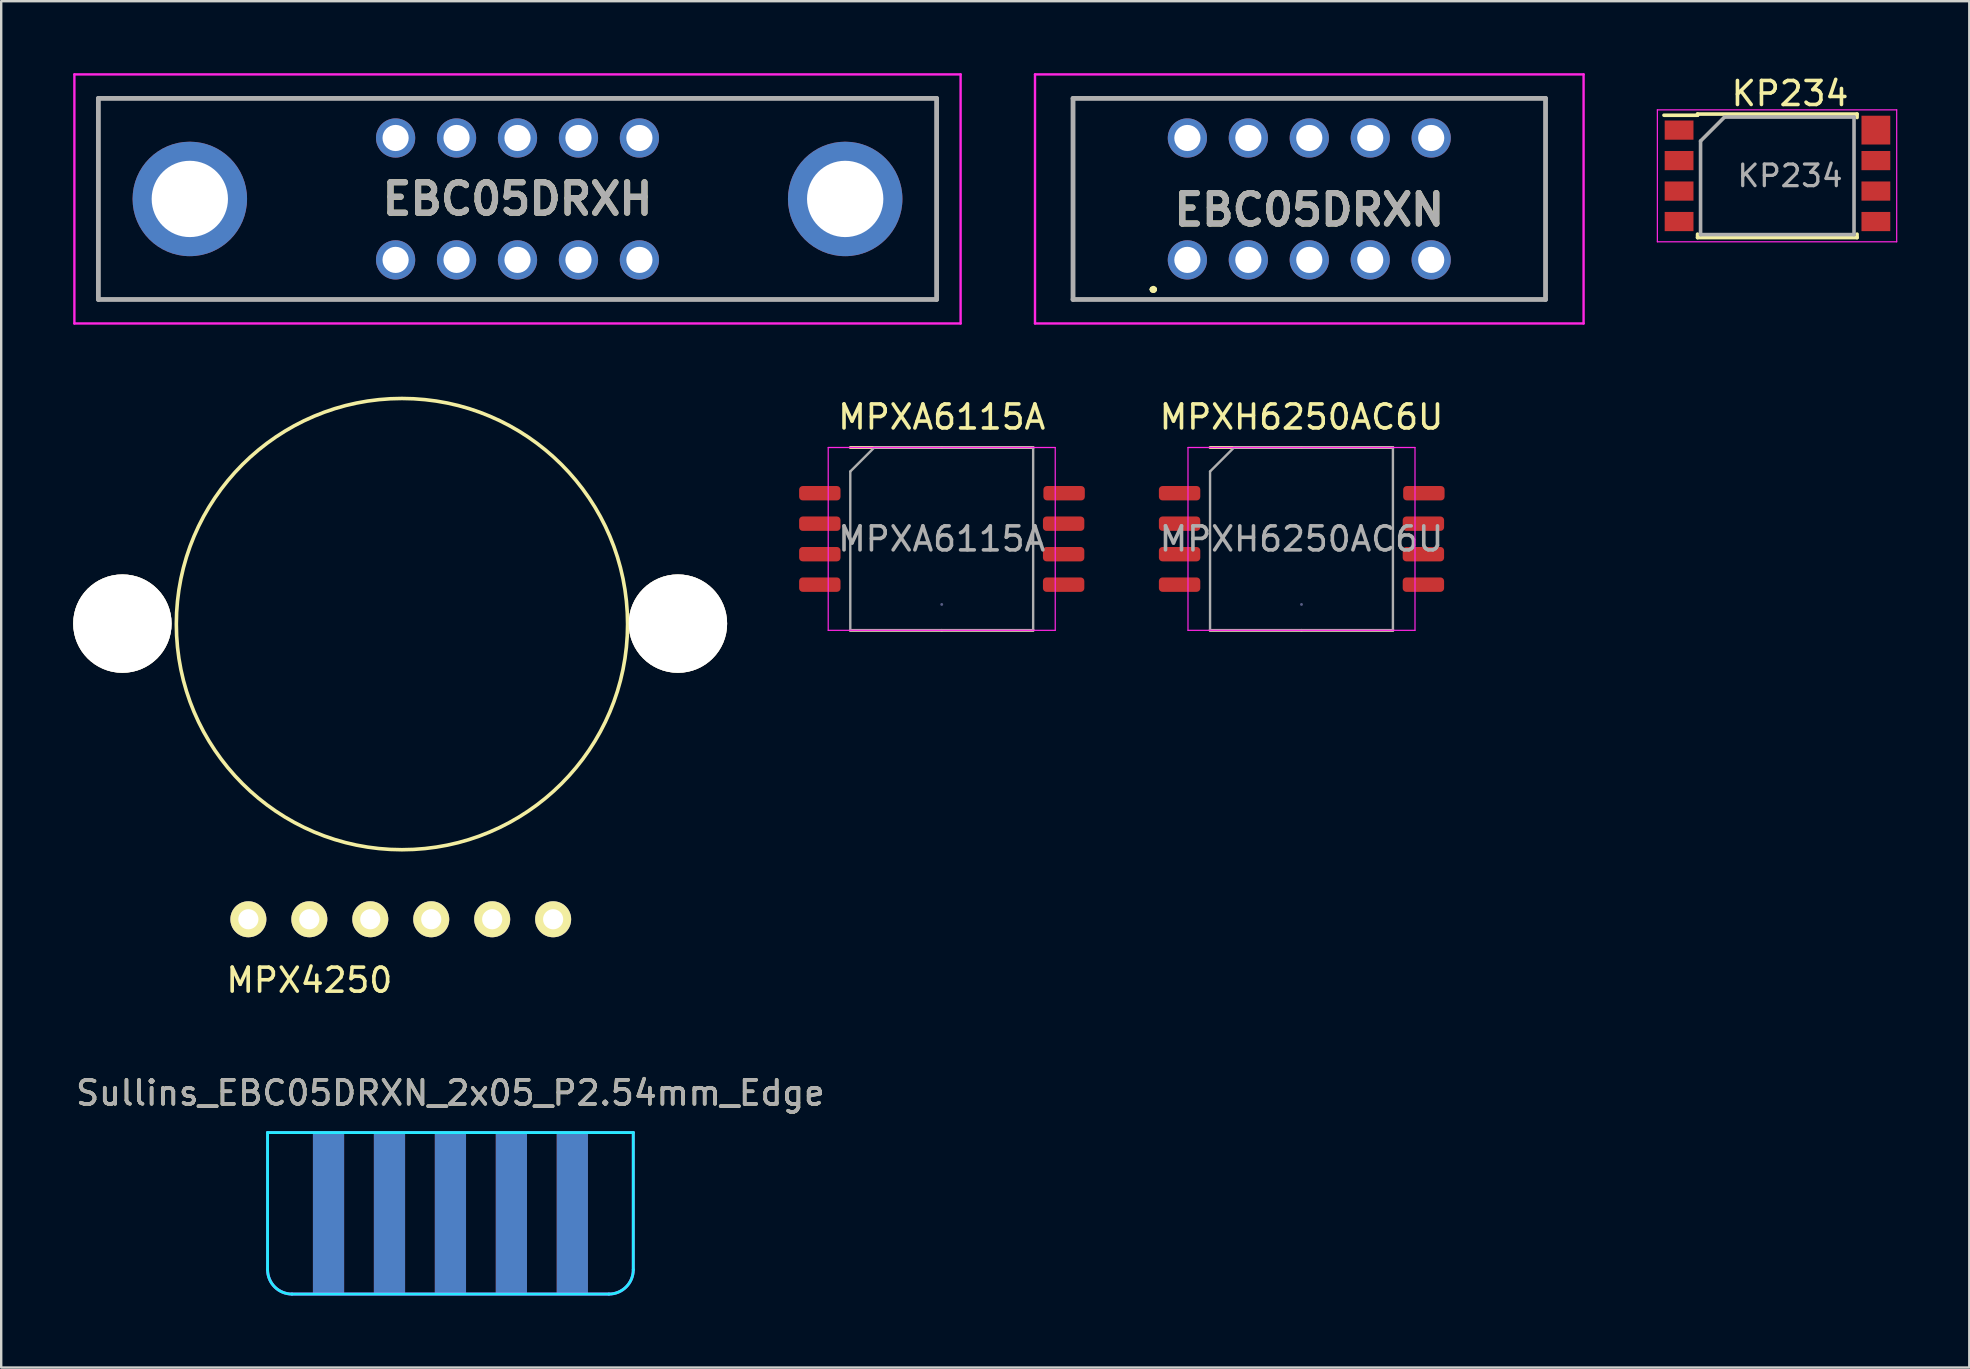
<source format=kicad_pcb>
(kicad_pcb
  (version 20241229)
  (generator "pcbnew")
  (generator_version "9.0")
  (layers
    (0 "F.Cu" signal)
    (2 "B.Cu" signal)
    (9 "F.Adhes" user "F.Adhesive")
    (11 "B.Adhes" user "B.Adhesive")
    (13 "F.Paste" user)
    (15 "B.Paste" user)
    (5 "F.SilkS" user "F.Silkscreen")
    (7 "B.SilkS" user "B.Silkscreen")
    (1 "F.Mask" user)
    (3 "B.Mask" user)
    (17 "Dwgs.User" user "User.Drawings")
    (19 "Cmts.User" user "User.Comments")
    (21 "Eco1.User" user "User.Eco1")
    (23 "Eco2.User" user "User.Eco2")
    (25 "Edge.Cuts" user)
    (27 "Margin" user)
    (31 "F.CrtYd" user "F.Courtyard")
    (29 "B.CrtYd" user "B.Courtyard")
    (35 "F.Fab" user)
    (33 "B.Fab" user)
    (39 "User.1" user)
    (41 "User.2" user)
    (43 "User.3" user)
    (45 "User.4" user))
  (footprint "Sullins_EBC05DRXN_2x05_P2.54mm_Edge"
    (layer "F.Cu")
    (at 10.64 45.034)
    (property "Reference" "Sullins_EBC05DRXN_2x05_P2.54mm_Edge" (at 5.08 -2.54 0) (layer "F.SilkS") (effects (font (size 1 1) (thickness 0.15))))
    (attr exclude_from_pos_files exclude_from_bom)
    (fp_line (start -2.54 -0.888) (end 12.7 -0.889) (stroke (width 0.12) (type solid)) (layer "B.CrtYd"))
    (fp_line (start -2.54 4.826) (end -2.54 -0.888) (stroke (width 0.12) (type solid)) (layer "B.CrtYd"))
    (fp_line (start -1.524 5.842) (end 11.684 5.842) (stroke (width 0.12) (type solid)) (layer "B.CrtYd"))
    (fp_line (start 12.7 4.826) (end 12.7 -0.889) (stroke (width 0.12) (type solid)) (layer "B.CrtYd"))
    (fp_arc (start -1.524 5.842) (mid -2.24242 5.54442) (end -2.54 4.826) (stroke (width 0.12) (type solid)) (layer "B.CrtYd"))
    (fp_arc (start 12.7 4.826) (mid 12.40242 5.54442) (end 11.684 5.842) (stroke (width 0.12) (type solid)) (layer "B.CrtYd"))
    (fp_line (start -2.54 -0.888) (end 12.7 -0.889) (stroke (width 0.12) (type solid)) (layer "F.CrtYd"))
    (fp_line (start -2.54 4.826) (end -2.54 -0.888) (stroke (width 0.12) (type solid)) (layer "F.CrtYd"))
    (fp_line (start -1.524 5.842) (end 11.684 5.842) (stroke (width 0.12) (type solid)) (layer "F.CrtYd"))
    (fp_line (start 12.7 4.826) (end 12.7 -0.889) (stroke (width 0.12) (type solid)) (layer "F.CrtYd"))
    (fp_arc (start -1.524 5.842) (mid -2.24242 5.54442) (end -2.54 4.826) (stroke (width 0.12) (type solid)) (layer "F.CrtYd"))
    (fp_arc (start 12.7 4.826) (mid 12.40242 5.54442) (end 11.684 5.842) (stroke (width 0.12) (type solid)) (layer "F.CrtYd"))
    (fp_text user "${REFERENCE}" (at 5.08 -2.54 0) (layer "F.Fab") (effects (font (size 1 1) (thickness 0.15))))
    (pad "A1" connect rect (at 0 2.5) (size 1.3 6.73) (layers "F.Cu"))
    (pad "A2" connect rect (at 2.54 2.5) (size 1.3 6.73) (layers "F.Cu"))
    (pad "A3" connect rect (at 5.08 2.5) (size 1.3 6.73) (layers "F.Cu"))
    (pad "A4" connect rect (at 7.62 2.5) (size 1.3 6.73) (layers "F.Cu"))
    (pad "A5" connect rect (at 10.16 2.5) (size 1.3 6.73) (layers "F.Cu"))
    (pad "B1" connect rect (at 0 2.5) (size 1.3 6.73) (layers "B.Cu"))
    (pad "B2" connect rect (at 2.54 2.5) (size 1.3 6.73) (layers "B.Cu"))
    (pad "B3" connect rect (at 5.08 2.5) (size 1.3 6.73) (layers "B.Cu"))
    (pad "B4" connect rect (at 7.62 2.5) (size 1.3 6.73) (layers "B.Cu"))
    (pad "B5" connect rect (at 10.16 2.5) (size 1.3 6.73) (layers "B.Cu")))
  (footprint "MPX4250"
    (layer "F.Cu")
    (at 7.3 35.257)
    (property "Reference" "MPX4250" (at 2.54 2.54 0) (layer "F.SilkS") (effects (font (size 1 1) (thickness 0.15))))
    (attr through_hole)
    (fp_circle (center 6.4 -12.3) (end 10.2 -3.7) (stroke (width 0.15) (type solid)) (fill no) (layer "F.SilkS"))
    (pad "1" thru_hole circle (at 0 0) (size 1.5 1.5) (drill 0.84) (layers "*.Cu" "*.Mask" "F.SilkS"))
    (pad "2" thru_hole circle (at 2.54 0) (size 1.5 1.5) (drill 0.84) (layers "*.Cu" "*.Mask" "F.SilkS"))
    (pad "3" thru_hole circle (at 5.08 0) (size 1.5 1.5) (drill 0.84) (layers "*.Cu" "*.Mask" "F.SilkS"))
    (pad "4" thru_hole circle (at 7.62 0) (size 1.5 1.5) (drill 0.84) (layers "*.Cu" "*.Mask" "F.SilkS"))
    (pad "5" thru_hole circle (at 10.16 0) (size 1.5 1.5) (drill 0.84) (layers "*.Cu" "*.Mask" "F.SilkS"))
    (pad "6" thru_hole circle (at 12.7 0) (size 1.5 1.5) (drill 0.84) (layers "*.Cu" "*.Mask" "F.SilkS"))
    (pad "~" thru_hole circle (at -5.25 -12.32) (size 4.1 4.1) (drill 4.1) (layers "*.Cu" "*.Mask" "F.SilkS"))
    (pad "~" thru_hole circle (at 17.9 -12.32) (size 4.1 4.1) (drill 4.1) (layers "*.Cu" "*.Mask" "F.SilkS")))
  (footprint "MPXH6250AC6U"
    (layer "F.Cu")
    (at 51.185 19.408)
    (property "Reference" "MPXH6250AC6U" (at 0 -5.08 0) (layer "F.SilkS") (effects (font (size 1 1) (thickness 0.15))))
    (attr smd)
    (fp_line (start 0 -3.81) (end -3.81 -3.81) (stroke (width 0.12) (type solid)) (layer "F.SilkS"))
    (fp_line (start 0 -3.81) (end 3.81 -3.81) (stroke (width 0.12) (type solid)) (layer "F.SilkS"))
    (fp_line (start 0 3.81) (end -3.81 3.81) (stroke (width 0.12) (type solid)) (layer "F.SilkS"))
    (fp_line (start 0 3.81) (end 3.81 3.81) (stroke (width 0.12) (type solid)) (layer "F.SilkS"))
    (fp_line (start -4.73 -3.81) (end -4.73 3.81) (stroke (width 0.05) (type solid)) (layer "F.CrtYd"))
    (fp_line (start -4.73 3.81) (end 4.73 3.81) (stroke (width 0.05) (type solid)) (layer "F.CrtYd"))
    (fp_line (start 4.73 -3.81) (end -4.73 -3.81) (stroke (width 0.05) (type solid)) (layer "F.CrtYd"))
    (fp_line (start 4.73 3.81) (end 4.73 -3.81) (stroke (width 0.05) (type solid)) (layer "F.CrtYd"))
    (fp_line (start 0 2.73) (end 0 2.73) (stroke (width 0.12) (type solid)) (layer "B.Fab"))
    (fp_line (start -3.81 -2.81) (end -2.81 -3.81) (stroke (width 0.1) (type solid)) (layer "F.Fab"))
    (fp_line (start -3.81 3.81) (end -3.81 -2.81) (stroke (width 0.1) (type solid)) (layer "F.Fab"))
    (fp_line (start -2.81 -3.81) (end 3.81 -3.81) (stroke (width 0.1) (type solid)) (layer "F.Fab"))
    (fp_line (start 3.81 -3.81) (end 3.81 3.81) (stroke (width 0.1) (type solid)) (layer "F.Fab"))
    (fp_line (start 3.81 3.81) (end -3.81 3.81) (stroke (width 0.1) (type solid)) (layer "F.Fab"))
    (fp_text user "${REFERENCE}" (at 0 0 0) (layer "F.Fab") (effects (font (size 1 1) (thickness 0.15))))
    (pad "1" smd roundrect (at -5.08 -1.905) (size 1.725 0.6) (layers "F.Cu" "F.Mask" "F.Paste") (roundrect_rratio 0.25))
    (pad "2" smd roundrect (at -5.08 -0.635) (size 1.725 0.6) (layers "F.Cu" "F.Mask" "F.Paste") (roundrect_rratio 0.25))
    (pad "3" smd roundrect (at -5.08 0.635) (size 1.725 0.6) (layers "F.Cu" "F.Mask" "F.Paste") (roundrect_rratio 0.25))
    (pad "4" smd roundrect (at -5.08 1.905) (size 1.725 0.6) (layers "F.Cu" "F.Mask" "F.Paste") (roundrect_rratio 0.25))
    (pad "5" smd roundrect (at 5.08 1.905) (size 1.725 0.6) (layers "F.Cu" "F.Mask" "F.Paste") (roundrect_rratio 0.25))
    (pad "6" smd roundrect (at 5.08 0.635) (size 1.725 0.6) (layers "F.Cu" "F.Mask" "F.Paste") (roundrect_rratio 0.25))
    (pad "7" smd roundrect (at 5.08 -0.635) (size 1.725 0.6) (layers "F.Cu" "F.Mask" "F.Paste") (roundrect_rratio 0.25))
    (pad "8" smd roundrect (at 5.1 -1.905) (size 1.725 0.6) (layers "F.Cu" "F.Mask" "F.Paste") (roundrect_rratio 0.25)))
  (footprint "KP234"
    (layer "F.Cu")
    (at 69.765 4.277)
    (property "Reference" "KP234" (at 1.778 -3.429 0) (layer "F.SilkS") (effects (font (size 1 1) (thickness 0.15))))
    (attr smd)
    (fp_line (start -2.075 -2.575) (end -2.075 -2.525) (stroke (width 0.15) (type solid)) (layer "F.SilkS"))
    (fp_line (start -2.075 -2.575) (end 4.572 -2.575) (stroke (width 0.15) (type solid)) (layer "F.SilkS"))
    (fp_line (start -2.075 -2.525) (end -3.475 -2.525) (stroke (width 0.15) (type solid)) (layer "F.SilkS"))
    (fp_line (start -2.075 2.575) (end -2.075 2.43) (stroke (width 0.15) (type solid)) (layer "F.SilkS"))
    (fp_line (start -2.075 2.575) (end 4.572 2.575) (stroke (width 0.15) (type solid)) (layer "F.SilkS"))
    (fp_line (start 4.572 -2.575) (end 4.572 -2.43) (stroke (width 0.15) (type solid)) (layer "F.SilkS"))
    (fp_line (start 4.572 2.575) (end 4.572 2.43) (stroke (width 0.15) (type solid)) (layer "F.SilkS"))
    (fp_line (start -3.75 -2.75) (end -3.75 2.75) (stroke (width 0.05) (type solid)) (layer "F.CrtYd"))
    (fp_line (start -3.75 -2.75) (end 6.223 -2.75) (stroke (width 0.05) (type solid)) (layer "F.CrtYd"))
    (fp_line (start -3.75 2.75) (end 6.223 2.75) (stroke (width 0.05) (type solid)) (layer "F.CrtYd"))
    (fp_line (start 6.223 -2.75) (end 6.223 2.75) (stroke (width 0.05) (type solid)) (layer "F.CrtYd"))
    (fp_line (start -1.95 -1.45) (end -0.95 -2.45) (stroke (width 0.15) (type solid)) (layer "F.Fab"))
    (fp_line (start -1.95 2.45) (end -1.95 -1.45) (stroke (width 0.15) (type solid)) (layer "F.Fab"))
    (fp_line (start -0.95 -2.45) (end 4.445 -2.45) (stroke (width 0.15) (type solid)) (layer "F.Fab"))
    (fp_line (start 4.445 -2.45) (end 4.445 2.45) (stroke (width 0.15) (type solid)) (layer "F.Fab"))
    (fp_line (start 4.445 2.45) (end -1.95 2.45) (stroke (width 0.15) (type solid)) (layer "F.Fab"))
    (fp_text user "${REFERENCE}" (at 1.778 0 0) (layer "F.Fab") (effects (font (size 0.9 0.9) (thickness 0.135))))
    (pad "1" smd rect (at -2.845 -1.905) (size 1.2 0.8) (layers "F.Cu" "F.Mask" "F.Paste"))
    (pad "2" smd rect (at -2.845 -0.635) (size 1.2 0.8) (layers "F.Cu" "F.Mask" "F.Paste"))
    (pad "3" smd rect (at -2.845 0.635) (size 1.2 0.8) (layers "F.Cu" "F.Mask" "F.Paste"))
    (pad "4" smd rect (at -2.845 1.905) (size 1.2 0.8) (layers "F.Cu" "F.Mask" "F.Paste"))
    (pad "5" smd rect (at 5.355 1.905) (size 1.2 0.8) (layers "F.Cu" "F.Mask" "F.Paste"))
    (pad "6" smd rect (at 5.355 0.635) (size 1.2 0.8) (layers "F.Cu" "F.Mask" "F.Paste"))
    (pad "7" smd rect (at 5.355 -0.635) (size 1.2 0.8) (layers "F.Cu" "F.Mask" "F.Paste"))
    (pad "8" smd rect (at 5.355 -1.905) (size 1.2 1.2) (layers "F.Cu" "F.Mask" "F.Paste")))
  (footprint "EBC05DRXN"
    (layer "F.Cu")
    (at 46.43 7.78)
    (property "Reference" "EBC05DRXN" (at 5.08 -2.09 0) (layer "F.SilkS") (effects (font (size 1.27 1.27) (thickness 0.254))))
    (attr through_hole)
    (fp_line (start -4.765 -6.73) (end 14.925 -6.73) (stroke (width 0.1) (type solid)) (layer "F.SilkS"))
    (fp_line (start -4.765 1.65) (end -4.765 -6.73) (stroke (width 0.1) (type solid)) (layer "F.SilkS"))
    (fp_line (start -4.765 1.65) (end 14.925 1.65) (stroke (width 0.1) (type solid)) (layer "F.SilkS"))
    (fp_line (start -1.47 1.23) (end -1.47 1.23) (stroke (width 0.2) (type solid)) (layer "F.SilkS"))
    (fp_line (start -1.47 1.23) (end -1.47 1.23) (stroke (width 0.2) (type solid)) (layer "F.SilkS"))
    (fp_line (start -1.37 1.23) (end -1.37 1.23) (stroke (width 0.2) (type solid)) (layer "F.SilkS"))
    (fp_line (start 14.925 -6.73) (end 14.925 1.65) (stroke (width 0.1) (type solid)) (layer "F.SilkS"))
    (fp_arc (start -1.47 1.23) (mid -1.42 1.18) (end -1.37 1.23) (stroke (width 0.2) (type solid)) (layer "F.SilkS"))
    (fp_arc (start -1.37 1.23) (mid -1.42 1.28) (end -1.47 1.23) (stroke (width 0.2) (type solid)) (layer "F.SilkS"))
    (fp_arc (start -1.37 1.23) (mid -1.42 1.28) (end -1.47 1.23) (stroke (width 0.2) (type solid)) (layer "F.SilkS"))
    (fp_line (start -6.35 -7.73) (end 16.51 -7.73) (stroke (width 0.1) (type solid)) (layer "F.CrtYd"))
    (fp_line (start -6.35 2.65) (end -6.35 -7.73) (stroke (width 0.1) (type solid)) (layer "F.CrtYd"))
    (fp_line (start 16.51 -7.73) (end 16.51 2.65) (stroke (width 0.1) (type solid)) (layer "F.CrtYd"))
    (fp_line (start 16.51 2.65) (end -6.35 2.65) (stroke (width 0.1) (type solid)) (layer "F.CrtYd"))
    (fp_line (start -4.765 -6.73) (end -4.765 1.65) (stroke (width 0.2) (type solid)) (layer "F.Fab"))
    (fp_line (start -4.765 -6.73) (end 14.925 -6.73) (stroke (width 0.2) (type solid)) (layer "F.Fab"))
    (fp_line (start -4.765 1.65) (end 14.925 1.65) (stroke (width 0.2) (type solid)) (layer "F.Fab"))
    (fp_line (start 14.925 1.65) (end 14.925 -6.73) (stroke (width 0.2) (type solid)) (layer "F.Fab"))
    (fp_text user "${REFERENCE}" (at 5.08 -2.09 0) (layer "F.Fab") (effects (font (size 1.27 1.27) (thickness 0.254))))
    (pad "A1" thru_hole circle (at 0 0) (size 1.635 1.635) (drill 1.09) (layers "*.Cu" "*.Mask"))
    (pad "A2" thru_hole circle (at 2.54 0) (size 1.635 1.635) (drill 1.09) (layers "*.Cu" "*.Mask"))
    (pad "A3" thru_hole circle (at 5.08 0) (size 1.635 1.635) (drill 1.09) (layers "*.Cu" "*.Mask"))
    (pad "A4" thru_hole circle (at 7.62 0) (size 1.635 1.635) (drill 1.09) (layers "*.Cu" "*.Mask"))
    (pad "A5" thru_hole circle (at 10.16 0) (size 1.635 1.635) (drill 1.09) (layers "*.Cu" "*.Mask"))
    (pad "B1" thru_hole circle (at 0 -5.08) (size 1.635 1.635) (drill 1.09) (layers "*.Cu" "*.Mask"))
    (pad "B2" thru_hole circle (at 2.54 -5.08) (size 1.635 1.635) (drill 1.09) (layers "*.Cu" "*.Mask"))
    (pad "B3" thru_hole circle (at 5.08 -5.08) (size 1.635 1.635) (drill 1.09) (layers "*.Cu" "*.Mask"))
    (pad "B4" thru_hole circle (at 7.62 -5.08) (size 1.635 1.635) (drill 1.09) (layers "*.Cu" "*.Mask"))
    (pad "B5" thru_hole circle (at 10.16 -5.08) (size 1.635 1.635) (drill 1.09) (layers "*.Cu" "*.Mask")))
  (footprint "MPXA6115A"
    (layer "F.Cu")
    (at 36.193 19.408)
    (property "Reference" "MPXA6115A" (at 0 -5.08 0) (layer "F.SilkS") (effects (font (size 1 1) (thickness 0.15))))
    (attr smd)
    (fp_line (start 0 -3.81) (end -3.81 -3.81) (stroke (width 0.12) (type solid)) (layer "F.SilkS"))
    (fp_line (start 0 -3.81) (end 3.81 -3.81) (stroke (width 0.12) (type solid)) (layer "F.SilkS"))
    (fp_line (start 0 3.81) (end -3.81 3.81) (stroke (width 0.12) (type solid)) (layer "F.SilkS"))
    (fp_line (start 0 3.81) (end 3.81 3.81) (stroke (width 0.12) (type solid)) (layer "F.SilkS"))
    (fp_line (start -4.73 -3.81) (end -4.73 3.81) (stroke (width 0.05) (type solid)) (layer "F.CrtYd"))
    (fp_line (start -4.73 3.81) (end 4.73 3.81) (stroke (width 0.05) (type solid)) (layer "F.CrtYd"))
    (fp_line (start 4.73 -3.81) (end -4.73 -3.81) (stroke (width 0.05) (type solid)) (layer "F.CrtYd"))
    (fp_line (start 4.73 3.81) (end 4.73 -3.81) (stroke (width 0.05) (type solid)) (layer "F.CrtYd"))
    (fp_line (start 0 2.73) (end 0 2.73) (stroke (width 0.12) (type solid)) (layer "B.Fab"))
    (fp_line (start -3.81 -2.81) (end -2.81 -3.81) (stroke (width 0.1) (type solid)) (layer "F.Fab"))
    (fp_line (start -3.81 3.81) (end -3.81 -2.81) (stroke (width 0.1) (type solid)) (layer "F.Fab"))
    (fp_line (start -2.81 -3.81) (end 3.81 -3.81) (stroke (width 0.1) (type solid)) (layer "F.Fab"))
    (fp_line (start 3.81 -3.81) (end 3.81 3.81) (stroke (width 0.1) (type solid)) (layer "F.Fab"))
    (fp_line (start 3.81 3.81) (end -3.81 3.81) (stroke (width 0.1) (type solid)) (layer "F.Fab"))
    (fp_text user "${REFERENCE}" (at 0 0 0) (layer "F.Fab") (effects (font (size 1 1) (thickness 0.15))))
    (pad "1" smd roundrect (at -5.08 -1.905) (size 1.725 0.6) (layers "F.Cu" "F.Mask" "F.Paste") (roundrect_rratio 0.25))
    (pad "2" smd roundrect (at -5.08 -0.635) (size 1.725 0.6) (layers "F.Cu" "F.Mask" "F.Paste") (roundrect_rratio 0.25))
    (pad "3" smd roundrect (at -5.08 0.635) (size 1.725 0.6) (layers "F.Cu" "F.Mask" "F.Paste") (roundrect_rratio 0.25))
    (pad "4" smd roundrect (at -5.08 1.905) (size 1.725 0.6) (layers "F.Cu" "F.Mask" "F.Paste") (roundrect_rratio 0.25))
    (pad "5" smd roundrect (at 5.08 1.905) (size 1.725 0.6) (layers "F.Cu" "F.Mask" "F.Paste") (roundrect_rratio 0.25))
    (pad "6" smd roundrect (at 5.08 0.635) (size 1.725 0.6) (layers "F.Cu" "F.Mask" "F.Paste") (roundrect_rratio 0.25))
    (pad "7" smd roundrect (at 5.08 -0.635) (size 1.725 0.6) (layers "F.Cu" "F.Mask" "F.Paste") (roundrect_rratio 0.25))
    (pad "8" smd roundrect (at 5.1 -1.905) (size 1.725 0.6) (layers "F.Cu" "F.Mask" "F.Paste") (roundrect_rratio 0.25)))
  (footprint "EBC05DRXH"
    (layer "F.Cu")
    (at 13.435 7.78)
    (property "Reference" "EBC05DRXH" (at 5.08 -2.54 0) (layer "F.SilkS") (effects (font (size 1.27 1.27) (thickness 0.254))))
    (attr through_hole)
    (fp_line (start -12.385 -6.73) (end 22.545 -6.73) (stroke (width 0.1) (type solid)) (layer "F.SilkS"))
    (fp_line (start -12.385 1.65) (end -12.385 -6.73) (stroke (width 0.1) (type solid)) (layer "F.SilkS"))
    (fp_line (start 22.545 -6.73) (end 22.545 1.65) (stroke (width 0.1) (type solid)) (layer "F.SilkS"))
    (fp_line (start 22.545 1.65) (end -12.385 1.65) (stroke (width 0.1) (type solid)) (layer "F.SilkS"))
    (fp_line (start -13.385 -7.73) (end 23.545 -7.73) (stroke (width 0.1) (type solid)) (layer "F.CrtYd"))
    (fp_line (start -13.385 2.65) (end -13.385 -7.73) (stroke (width 0.1) (type solid)) (layer "F.CrtYd"))
    (fp_line (start 23.545 -7.73) (end 23.545 2.65) (stroke (width 0.1) (type solid)) (layer "F.CrtYd"))
    (fp_line (start 23.545 2.65) (end -13.385 2.65) (stroke (width 0.1) (type solid)) (layer "F.CrtYd"))
    (fp_line (start -12.385 -6.73) (end 22.545 -6.73) (stroke (width 0.2) (type solid)) (layer "F.Fab"))
    (fp_line (start -12.385 1.65) (end -12.385 -6.73) (stroke (width 0.2) (type solid)) (layer "F.Fab"))
    (fp_line (start 22.545 -6.73) (end 22.545 1.65) (stroke (width 0.2) (type solid)) (layer "F.Fab"))
    (fp_line (start 22.545 1.65) (end -12.385 1.65) (stroke (width 0.2) (type solid)) (layer "F.Fab"))
    (fp_text user "${REFERENCE}" (at 5.08 -2.54 0) (layer "F.Fab") (effects (font (size 1.27 1.27) (thickness 0.254))))
    (pad "A1" thru_hole circle (at 0 0) (size 1.635 1.635) (drill 1.09) (layers "*.Cu" "*.Mask"))
    (pad "A2" thru_hole circle (at 2.54 0) (size 1.635 1.635) (drill 1.09) (layers "*.Cu" "*.Mask"))
    (pad "A3" thru_hole circle (at 5.08 0) (size 1.635 1.635) (drill 1.09) (layers "*.Cu" "*.Mask"))
    (pad "A4" thru_hole circle (at 7.62 0) (size 1.635 1.635) (drill 1.09) (layers "*.Cu" "*.Mask"))
    (pad "A5" thru_hole circle (at 10.16 0) (size 1.635 1.635) (drill 1.09) (layers "*.Cu" "*.Mask"))
    (pad "B1" thru_hole circle (at 0 -5.08) (size 1.635 1.635) (drill 1.09) (layers "*.Cu" "*.Mask"))
    (pad "B2" thru_hole circle (at 2.54 -5.08) (size 1.635 1.635) (drill 1.09) (layers "*.Cu" "*.Mask"))
    (pad "B3" thru_hole circle (at 5.08 -5.08) (size 1.635 1.635) (drill 1.09) (layers "*.Cu" "*.Mask"))
    (pad "B4" thru_hole circle (at 7.62 -5.08) (size 1.635 1.635) (drill 1.09) (layers "*.Cu" "*.Mask"))
    (pad "B5" thru_hole circle (at 10.16 -5.08) (size 1.635 1.635) (drill 1.09) (layers "*.Cu" "*.Mask"))
    (pad "MH1" thru_hole circle (at -8.575 -2.54) (size 4.77 4.77) (drill 3.18) (layers "*.Cu" "*.Mask"))
    (pad "MH2" thru_hole circle (at 18.735 -2.54) (size 4.77 4.77) (drill 3.18) (layers "*.Cu" "*.Mask")))
  (gr_rect
    (start -3 -3)
    (end 79.013 53.936)
    (stroke (width 0.1) (type default))
    (fill no)
    (layer "Edge.Cuts")))
</source>
